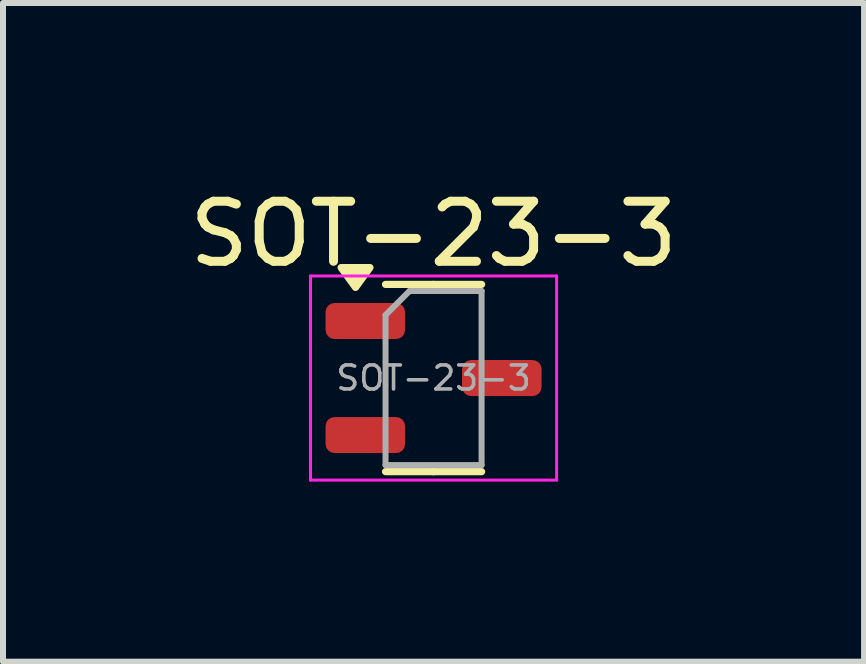
<source format=kicad_pcb>
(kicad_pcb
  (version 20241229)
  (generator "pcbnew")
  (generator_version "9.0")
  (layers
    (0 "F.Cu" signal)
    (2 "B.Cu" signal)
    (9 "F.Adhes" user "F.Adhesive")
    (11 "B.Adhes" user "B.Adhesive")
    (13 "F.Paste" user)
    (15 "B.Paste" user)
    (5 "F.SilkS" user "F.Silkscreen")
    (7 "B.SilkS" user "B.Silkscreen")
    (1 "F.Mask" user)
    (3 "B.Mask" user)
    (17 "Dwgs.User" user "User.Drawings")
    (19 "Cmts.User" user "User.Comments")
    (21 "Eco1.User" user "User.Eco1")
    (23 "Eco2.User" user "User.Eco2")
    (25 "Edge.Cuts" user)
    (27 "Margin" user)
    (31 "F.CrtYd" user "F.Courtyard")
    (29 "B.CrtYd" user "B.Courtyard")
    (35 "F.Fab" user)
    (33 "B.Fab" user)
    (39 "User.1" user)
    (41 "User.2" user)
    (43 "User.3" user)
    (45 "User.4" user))
  (footprint "SOT-23-3"
    (layer "F.Cu")
    (at 4.173 3.248)
    (property "Reference" "SOT-23-3" (at 0 -2.4 0) (layer "F.SilkS") (effects (font (size 1 1) (thickness 0.15))))
    (attr smd)
    (fp_line (start 0 -1.56) (end -0.8 -1.56) (stroke (width 0.12) (type solid)) (layer "F.SilkS"))
    (fp_line (start 0 -1.56) (end 0.8 -1.56) (stroke (width 0.12) (type solid)) (layer "F.SilkS"))
    (fp_line (start 0 1.56) (end -0.8 1.56) (stroke (width 0.12) (type solid)) (layer "F.SilkS"))
    (fp_line (start 0 1.56) (end 0.8 1.56) (stroke (width 0.12) (type solid)) (layer "F.SilkS"))
    (fp_poly (pts (xy -1.3 -1.51) (xy -1.54 -1.84) (xy -1.06 -1.84) (xy -1.3 -1.51)) (stroke (width 0.12) (type solid)) (fill yes) (layer "F.SilkS"))
    (fp_line (start -2.05 -1.7) (end -2.05 1.7) (stroke (width 0.05) (type solid)) (layer "F.CrtYd"))
    (fp_line (start -2.05 1.7) (end 2.05 1.7) (stroke (width 0.05) (type solid)) (layer "F.CrtYd"))
    (fp_line (start 2.05 -1.7) (end -2.05 -1.7) (stroke (width 0.05) (type solid)) (layer "F.CrtYd"))
    (fp_line (start 2.05 1.7) (end 2.05 -1.7) (stroke (width 0.05) (type solid)) (layer "F.CrtYd"))
    (fp_line (start -0.8 -1.05) (end -0.4 -1.45) (stroke (width 0.1) (type solid)) (layer "F.Fab"))
    (fp_line (start -0.8 1.45) (end -0.8 -1.05) (stroke (width 0.1) (type solid)) (layer "F.Fab"))
    (fp_line (start -0.4 -1.45) (end 0.8 -1.45) (stroke (width 0.1) (type solid)) (layer "F.Fab"))
    (fp_line (start 0.8 -1.45) (end 0.8 1.45) (stroke (width 0.1) (type solid)) (layer "F.Fab"))
    (fp_line (start 0.8 1.45) (end -0.8 1.45) (stroke (width 0.1) (type solid)) (layer "F.Fab"))
    (fp_text user "${REFERENCE}" (at 0 0 0) (layer "F.Fab") (effects (font (size 0.4 0.4) (thickness 0.06))))
    (pad "1" smd roundrect (at -1.137 -0.95) (size 1.325 0.6) (layers "F.Cu" "F.Mask" "F.Paste") (roundrect_rratio 0.25))
    (pad "2" smd roundrect (at -1.137 0.95) (size 1.325 0.6) (layers "F.Cu" "F.Mask" "F.Paste") (roundrect_rratio 0.25))
    (pad "3" smd roundrect (at 1.137 0) (size 1.325 0.6) (layers "F.Cu" "F.Mask" "F.Paste") (roundrect_rratio 0.25)))
  (gr_rect
    (start -3 -3)
    (end 11.345 7.973)
    (stroke (width 0.1) (type default))
    (fill no)
    (layer "Edge.Cuts")))
</source>
